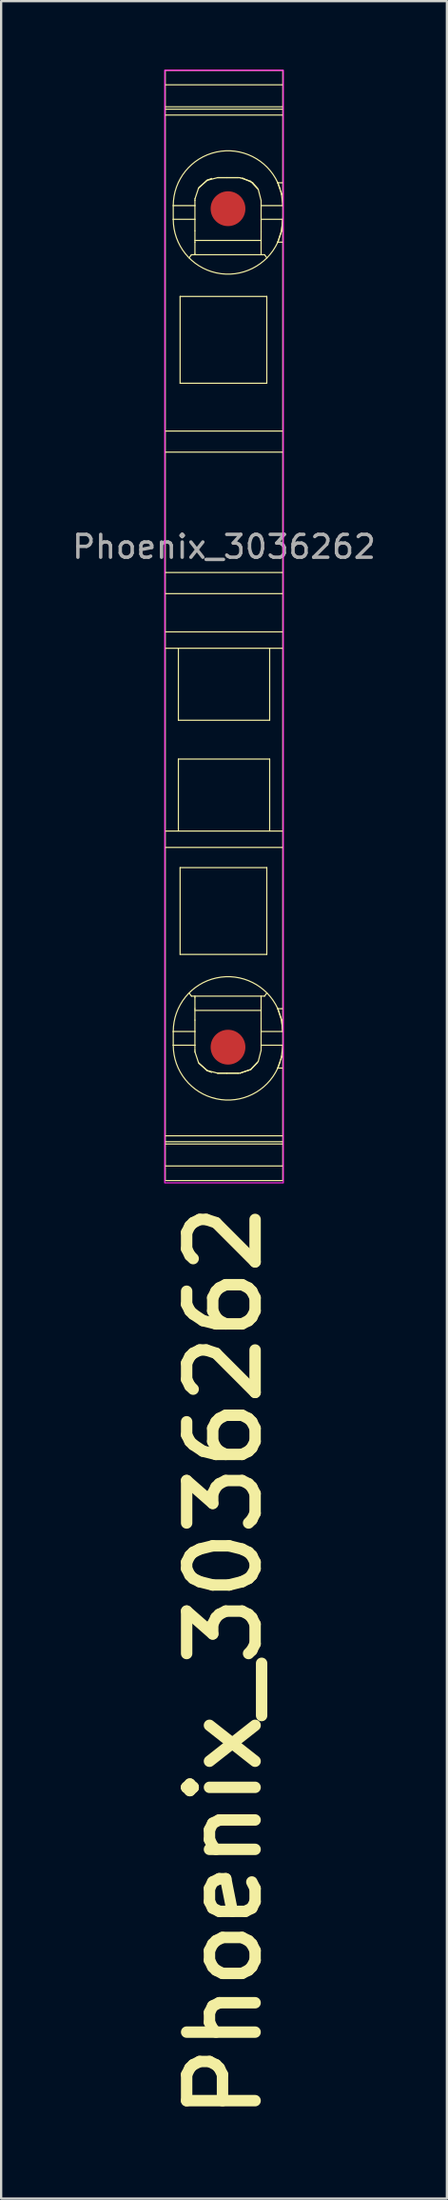
<source format=kicad_pcb>
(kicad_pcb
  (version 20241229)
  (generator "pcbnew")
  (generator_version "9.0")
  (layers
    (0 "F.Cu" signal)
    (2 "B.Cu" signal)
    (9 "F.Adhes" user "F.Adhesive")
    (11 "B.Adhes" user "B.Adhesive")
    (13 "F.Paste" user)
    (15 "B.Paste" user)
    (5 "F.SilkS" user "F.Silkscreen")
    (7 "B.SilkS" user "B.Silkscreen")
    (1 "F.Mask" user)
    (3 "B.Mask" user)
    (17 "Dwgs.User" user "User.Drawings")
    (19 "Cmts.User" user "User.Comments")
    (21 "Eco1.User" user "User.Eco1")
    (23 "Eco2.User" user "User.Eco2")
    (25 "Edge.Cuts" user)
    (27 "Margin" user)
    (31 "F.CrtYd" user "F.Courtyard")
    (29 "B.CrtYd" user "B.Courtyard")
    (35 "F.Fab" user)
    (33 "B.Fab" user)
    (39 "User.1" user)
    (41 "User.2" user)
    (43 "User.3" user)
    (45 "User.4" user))
  (footprint "Phoenix_3036262"
    (layer "F.Cu")
    (at 6.768 24.425)
    (property "Reference" "Phoenix_3036262" (at 0 25 90) (unlocked yes) (layer "F.SilkS") (effects (font (size 3 3) (thickness 0.5) (bold yes)) (justify right)))
    (attr smd)
    (fp_line (start -2.575 -24.4) (end -2.575 -23.761) (stroke (width 0.05) (type solid)) (layer "F.SilkS"))
    (fp_line (start -2.575 -23.761) (end -2.575 -22.798) (stroke (width 0.05) (type solid)) (layer "F.SilkS"))
    (fp_line (start -2.575 -22.798) (end -2.575 -22.697) (stroke (width 0.05) (type solid)) (layer "F.SilkS"))
    (fp_line (start -2.575 -22.798) (end 2.575 -22.798) (stroke (width 0.05) (type solid)) (layer "F.SilkS"))
    (fp_line (start -2.575 -22.697) (end -2.575 -22.439) (stroke (width 0.05) (type solid)) (layer "F.SilkS"))
    (fp_line (start -2.575 -22.697) (end 2.575 -22.697) (stroke (width 0.05) (type solid)) (layer "F.SilkS"))
    (fp_line (start -2.575 -22.439) (end 2.575 -22.439) (stroke (width 0.05) (type solid)) (layer "F.SilkS"))
    (fp_line (start -2.575 -8.609) (end -2.575 -22.439) (stroke (width 0.05) (type solid)) (layer "F.SilkS"))
    (fp_line (start -2.575 -7.684) (end -2.575 -8.609) (stroke (width 0.05) (type solid)) (layer "F.SilkS"))
    (fp_line (start -2.575 -7.684) (end -2.575 -2.415) (stroke (width 0.05) (type solid)) (layer "F.SilkS"))
    (fp_line (start -2.575 -2.415) (end 2.575 -2.415) (stroke (width 0.05) (type solid)) (layer "F.SilkS"))
    (fp_line (start -2.575 -1.49) (end -2.575 -2.415) (stroke (width 0.05) (type solid)) (layer "F.SilkS"))
    (fp_line (start -2.575 -1.49) (end -2.575 0.182) (stroke (width 0.05) (type solid)) (layer "F.SilkS"))
    (fp_line (start -2.575 0.182) (end -2.575 0.9) (stroke (width 0.05) (type solid)) (layer "F.SilkS"))
    (fp_line (start -2.575 0.9) (end -2.575 8.9) (stroke (width 0.05) (type solid)) (layer "F.SilkS"))
    (fp_line (start -2.575 0.9) (end 2.575 0.9) (stroke (width 0.05) (type solid)) (layer "F.SilkS"))
    (fp_line (start -2.575 8.9) (end -2.575 9.618) (stroke (width 0.05) (type solid)) (layer "F.SilkS"))
    (fp_line (start -2.575 8.9) (end 2.575 8.9) (stroke (width 0.05) (type solid)) (layer "F.SilkS"))
    (fp_line (start -2.575 9.618) (end -2.575 22.24) (stroke (width 0.05) (type solid)) (layer "F.SilkS"))
    (fp_line (start -2.575 9.618) (end 2.575 9.618) (stroke (width 0.05) (type solid)) (layer "F.SilkS"))
    (fp_line (start -2.575 22.24) (end -2.575 22.498) (stroke (width 0.05) (type solid)) (layer "F.SilkS"))
    (fp_line (start -2.575 22.24) (end 2.575 22.24) (stroke (width 0.05) (type solid)) (layer "F.SilkS"))
    (fp_line (start -2.575 22.498) (end 2.575 22.498) (stroke (width 0.05) (type solid)) (layer "F.SilkS"))
    (fp_line (start -2.575 22.598) (end -2.575 22.498) (stroke (width 0.05) (type solid)) (layer "F.SilkS"))
    (fp_line (start -2.575 22.598) (end -2.575 23.561) (stroke (width 0.05) (type solid)) (layer "F.SilkS"))
    (fp_line (start -2.575 23.561) (end -2.575 24.2) (stroke (width 0.05) (type solid)) (layer "F.SilkS"))
    (fp_line (start -2.575 23.561) (end 2.575 23.561) (stroke (width 0.05) (type solid)) (layer "F.SilkS"))
    (fp_line (start -2.225 -18.475) (end -2.225 -17.875) (stroke (width 0.05) (type solid)) (layer "F.SilkS"))
    (fp_line (start -2.225 17.675) (end -2.225 18.275) (stroke (width 0.05) (type solid)) (layer "F.SilkS"))
    (fp_line (start -2 0.9) (end -2 4.05) (stroke (width 0.05) (type solid)) (layer "F.SilkS"))
    (fp_line (start -2 4.05) (end 2 4.05) (stroke (width 0.05) (type solid)) (layer "F.SilkS"))
    (fp_line (start -2 5.75) (end -2 8.9) (stroke (width 0.05) (type solid)) (layer "F.SilkS"))
    (fp_line (start -2 5.75) (end 2 5.75) (stroke (width 0.05) (type solid)) (layer "F.SilkS"))
    (fp_line (start -1.925 -14.5) (end -1.925 -10.7) (stroke (width 0.05) (type solid)) (layer "F.SilkS"))
    (fp_line (start -1.925 -14.5) (end 1.875 -14.5) (stroke (width 0.05) (type solid)) (layer "F.SilkS"))
    (fp_line (start -1.925 10.5) (end -1.925 14.3) (stroke (width 0.05) (type solid)) (layer "F.SilkS"))
    (fp_line (start -1.925 10.5) (end 1.875 10.5) (stroke (width 0.05) (type solid)) (layer "F.SilkS"))
    (fp_line (start -1.532 -16.187) (end -1.428 -16.325) (stroke (width 0.05) (type solid)) (layer "F.SilkS"))
    (fp_line (start -1.532 15.987) (end -1.428 16.125) (stroke (width 0.05) (type solid)) (layer "F.SilkS"))
    (fp_line (start -1.275 -18.475) (end -2.225 -18.475) (stroke (width 0.05) (type solid)) (layer "F.SilkS"))
    (fp_line (start -1.275 -18.475) (end -1.275 -18.7) (stroke (width 0.05) (type solid)) (layer "F.SilkS"))
    (fp_line (start -1.275 -17.875) (end -2.225 -17.875) (stroke (width 0.05) (type solid)) (layer "F.SilkS"))
    (fp_line (start -1.275 -17.875) (end -1.275 -18.475) (stroke (width 0.05) (type solid)) (layer "F.SilkS"))
    (fp_line (start -1.275 -17.875) (end -1.275 -17.375) (stroke (width 0.05) (type solid)) (layer "F.SilkS"))
    (fp_line (start -1.275 -17.375) (end -1.275 -16.875) (stroke (width 0.05) (type solid)) (layer "F.SilkS"))
    (fp_line (start -1.275 -16.875) (end -1.275 -16.375) (stroke (width 0.05) (type solid)) (layer "F.SilkS"))
    (fp_line (start -1.275 -16.375) (end -1.275 -16.325) (stroke (width 0.05) (type solid)) (layer "F.SilkS"))
    (fp_line (start -1.275 16.175) (end -1.275 16.125) (stroke (width 0.05) (type solid)) (layer "F.SilkS"))
    (fp_line (start -1.275 16.675) (end -1.275 16.175) (stroke (width 0.05) (type solid)) (layer "F.SilkS"))
    (fp_line (start -1.275 17.175) (end -1.275 16.675) (stroke (width 0.05) (type solid)) (layer "F.SilkS"))
    (fp_line (start -1.275 17.675) (end -2.225 17.675) (stroke (width 0.05) (type solid)) (layer "F.SilkS"))
    (fp_line (start -1.275 17.675) (end -1.275 17.175) (stroke (width 0.05) (type solid)) (layer "F.SilkS"))
    (fp_line (start -1.275 17.675) (end -1.275 18.275) (stroke (width 0.05) (type solid)) (layer "F.SilkS"))
    (fp_line (start -1.275 18.275) (end -2.225 18.275) (stroke (width 0.05) (type solid)) (layer "F.SilkS"))
    (fp_line (start -1.275 18.275) (end -1.275 18.5) (stroke (width 0.05) (type solid)) (layer "F.SilkS"))
    (fp_line (start -1.273 -18.77) (end -1.275 -18.7) (stroke (width 0.05) (type solid)) (layer "F.SilkS"))
    (fp_line (start -1.273 18.571) (end -1.275 18.5) (stroke (width 0.05) (type solid)) (layer "F.SilkS"))
    (fp_line (start -1.117 -19.24) (end -1.273 -18.77) (stroke (width 0.05) (type solid)) (layer "F.SilkS"))
    (fp_line (start -1.117 19.04) (end -1.273 18.571) (stroke (width 0.05) (type solid)) (layer "F.SilkS"))
    (fp_line (start -1.095 -19.273) (end -0.719 -19.596) (stroke (width 0.05) (type solid)) (layer "F.SilkS"))
    (fp_line (start -1.095 19.074) (end -0.719 19.396) (stroke (width 0.05) (type solid)) (layer "F.SilkS"))
    (fp_line (start -0.755 -19.577) (end -1.117 -19.24) (stroke (width 0.05) (type solid)) (layer "F.SilkS"))
    (fp_line (start -0.755 19.378) (end -1.117 19.04) (stroke (width 0.05) (type solid)) (layer "F.SilkS"))
    (fp_line (start -0.719 -19.596) (end -0.544 -19.663) (stroke (width 0.05) (type solid)) (layer "F.SilkS"))
    (fp_line (start -0.719 19.396) (end -0.544 19.463) (stroke (width 0.05) (type solid)) (layer "F.SilkS"))
    (fp_line (start -0.275 -19.7) (end -0.755 -19.577) (stroke (width 0.05) (type solid)) (layer "F.SilkS"))
    (fp_line (start -0.275 -19.7) (end 0.625 -19.7) (stroke (width 0.05) (type solid)) (layer "F.SilkS"))
    (fp_line (start -0.275 19.5) (end -0.755 19.378) (stroke (width 0.05) (type solid)) (layer "F.SilkS"))
    (fp_line (start -0.275 19.5) (end 0.625 19.5) (stroke (width 0.05) (type solid)) (layer "F.SilkS"))
    (fp_line (start 0.125 -19.7) (end -0.275 -19.7) (stroke (width 0.05) (type solid)) (layer "F.SilkS"))
    (fp_line (start 0.125 19.5) (end -0.275 19.5) (stroke (width 0.05) (type solid)) (layer "F.SilkS"))
    (fp_line (start 0.625 -19.7) (end 0.125 -19.7) (stroke (width 0.05) (type solid)) (layer "F.SilkS"))
    (fp_line (start 0.625 19.5) (end 0.125 19.5) (stroke (width 0.05) (type solid)) (layer "F.SilkS"))
    (fp_line (start 0.695 -19.697) (end 0.625 -19.7) (stroke (width 0.05) (type solid)) (layer "F.SilkS"))
    (fp_line (start 0.695 19.497) (end 0.625 19.5) (stroke (width 0.05) (type solid)) (layer "F.SilkS"))
    (fp_line (start 0.704 -19.696) (end 0.713 -19.696) (stroke (width 0.05) (type solid)) (layer "F.SilkS"))
    (fp_line (start 0.704 19.497) (end 1.172 19.337) (stroke (width 0.05) (type solid)) (layer "F.SilkS"))
    (fp_line (start 0.803 -19.684) (end 1.253 -19.478) (stroke (width 0.05) (type solid)) (layer "F.SilkS"))
    (fp_line (start 1.165 -19.541) (end 0.695 -19.697) (stroke (width 0.05) (type solid)) (layer "F.SilkS"))
    (fp_line (start 1.165 19.341) (end 0.695 19.497) (stroke (width 0.05) (type solid)) (layer "F.SilkS"))
    (fp_line (start 1.172 19.337) (end 1.472 19.031) (stroke (width 0.05) (type solid)) (layer "F.SilkS"))
    (fp_line (start 1.253 -19.478) (end 1.472 -19.23) (stroke (width 0.05) (type solid)) (layer "F.SilkS"))
    (fp_line (start 1.502 -19.179) (end 1.165 -19.541) (stroke (width 0.05) (type solid)) (layer "F.SilkS"))
    (fp_line (start 1.502 18.979) (end 1.165 19.341) (stroke (width 0.05) (type solid)) (layer "F.SilkS"))
    (fp_line (start 1.625 -18.7) (end 1.502 -19.179) (stroke (width 0.05) (type solid)) (layer "F.SilkS"))
    (fp_line (start 1.625 -18.475) (end 1.625 -18.7) (stroke (width 0.05) (type solid)) (layer "F.SilkS"))
    (fp_line (start 1.625 -18.475) (end 2.575 -18.475) (stroke (width 0.05) (type solid)) (layer "F.SilkS"))
    (fp_line (start 1.625 -17.875) (end 1.625 -18.475) (stroke (width 0.05) (type solid)) (layer "F.SilkS"))
    (fp_line (start 1.625 -17.875) (end 2.575 -17.875) (stroke (width 0.05) (type solid)) (layer "F.SilkS"))
    (fp_line (start 1.625 -17.825) (end 1.625 -17.875) (stroke (width 0.05) (type solid)) (layer "F.SilkS"))
    (fp_line (start 1.625 -17.325) (end 1.625 -17.825) (stroke (width 0.05) (type solid)) (layer "F.SilkS"))
    (fp_line (start 1.625 -16.95) (end -1.275 -16.95) (stroke (width 0.05) (type solid)) (layer "F.SilkS"))
    (fp_line (start 1.625 -16.825) (end 1.625 -17.325) (stroke (width 0.05) (type solid)) (layer "F.SilkS"))
    (fp_line (start 1.625 -16.325) (end 1.625 -16.825) (stroke (width 0.05) (type solid)) (layer "F.SilkS"))
    (fp_line (start 1.625 16.125) (end 1.625 16.625) (stroke (width 0.05) (type solid)) (layer "F.SilkS"))
    (fp_line (start 1.625 16.625) (end 1.625 17.125) (stroke (width 0.05) (type solid)) (layer "F.SilkS"))
    (fp_line (start 1.625 16.75) (end -1.275 16.75) (stroke (width 0.05) (type solid)) (layer "F.SilkS"))
    (fp_line (start 1.625 17.125) (end 1.625 17.625) (stroke (width 0.05) (type solid)) (layer "F.SilkS"))
    (fp_line (start 1.625 17.625) (end 1.625 17.675) (stroke (width 0.05) (type solid)) (layer "F.SilkS"))
    (fp_line (start 1.625 17.675) (end 1.625 18.275) (stroke (width 0.05) (type solid)) (layer "F.SilkS"))
    (fp_line (start 1.625 17.675) (end 2.575 17.675) (stroke (width 0.05) (type solid)) (layer "F.SilkS"))
    (fp_line (start 1.625 18.275) (end 1.625 18.5) (stroke (width 0.05) (type solid)) (layer "F.SilkS"))
    (fp_line (start 1.625 18.275) (end 2.575 18.275) (stroke (width 0.05) (type solid)) (layer "F.SilkS"))
    (fp_line (start 1.625 18.5) (end 1.502 18.979) (stroke (width 0.05) (type solid)) (layer "F.SilkS"))
    (fp_line (start 1.777 -16.325) (end -1.428 -16.325) (stroke (width 0.05) (type solid)) (layer "F.SilkS"))
    (fp_line (start 1.777 16.125) (end -1.428 16.125) (stroke (width 0.05) (type solid)) (layer "F.SilkS"))
    (fp_line (start 1.875 -14.5) (end 1.875 -10.7) (stroke (width 0.05) (type solid)) (layer "F.SilkS"))
    (fp_line (start 1.875 -10.7) (end -1.925 -10.7) (stroke (width 0.05) (type solid)) (layer "F.SilkS"))
    (fp_line (start 1.875 10.5) (end 1.875 14.3) (stroke (width 0.05) (type solid)) (layer "F.SilkS"))
    (fp_line (start 1.875 14.3) (end -1.925 14.3) (stroke (width 0.05) (type solid)) (layer "F.SilkS"))
    (fp_line (start 1.881 -16.187) (end 1.777 -16.325) (stroke (width 0.05) (type solid)) (layer "F.SilkS"))
    (fp_line (start 1.881 15.987) (end 1.777 16.125) (stroke (width 0.05) (type solid)) (layer "F.SilkS"))
    (fp_line (start 2 0.9) (end 2 4.05) (stroke (width 0.05) (type solid)) (layer "F.SilkS"))
    (fp_line (start 2 5.75) (end 2 8.9) (stroke (width 0.05) (type solid)) (layer "F.SilkS"))
    (fp_line (start 2.356 -19.475) (end 2.516 -19.002) (stroke (width 0.05) (type solid)) (layer "F.SilkS"))
    (fp_line (start 2.356 -16.875) (end 2.516 -17.347) (stroke (width 0.05) (type solid)) (layer "F.SilkS"))
    (fp_line (start 2.356 -16.875) (end 2.575 -16.875) (stroke (width 0.05) (type solid)) (layer "F.SilkS"))
    (fp_line (start 2.356 16.675) (end 2.516 17.148) (stroke (width 0.05) (type solid)) (layer "F.SilkS"))
    (fp_line (start 2.356 19.275) (end 2.516 18.802) (stroke (width 0.05) (type solid)) (layer "F.SilkS"))
    (fp_line (start 2.356 19.275) (end 2.575 19.275) (stroke (width 0.05) (type solid)) (layer "F.SilkS"))
    (fp_line (start 2.369 -16.903) (end 2.356 -16.875) (stroke (width 0.05) (type solid)) (layer "F.SilkS"))
    (fp_line (start 2.369 16.704) (end 2.356 16.675) (stroke (width 0.05) (type solid)) (layer "F.SilkS"))
    (fp_line (start 2.464 -19.195) (end 2.356 -19.475) (stroke (width 0.05) (type solid)) (layer "F.SilkS"))
    (fp_line (start 2.464 18.995) (end 2.356 19.275) (stroke (width 0.05) (type solid)) (layer "F.SilkS"))
    (fp_line (start 2.516 -19.002) (end 2.574 -18.506) (stroke (width 0.05) (type solid)) (layer "F.SilkS"))
    (fp_line (start 2.516 -17.347) (end 2.574 -17.843) (stroke (width 0.05) (type solid)) (layer "F.SilkS"))
    (fp_line (start 2.516 17.148) (end 2.574 17.643) (stroke (width 0.05) (type solid)) (layer "F.SilkS"))
    (fp_line (start 2.516 18.802) (end 2.574 18.306) (stroke (width 0.05) (type solid)) (layer "F.SilkS"))
    (fp_line (start 2.523 -17.378) (end 2.369 -16.903) (stroke (width 0.05) (type solid)) (layer "F.SilkS"))
    (fp_line (start 2.523 17.179) (end 2.369 16.704) (stroke (width 0.05) (type solid)) (layer "F.SilkS"))
    (fp_line (start 2.527 -18.948) (end 2.489 -19.11) (stroke (width 0.05) (type solid)) (layer "F.SilkS"))
    (fp_line (start 2.527 18.748) (end 2.489 18.91) (stroke (width 0.05) (type solid)) (layer "F.SilkS"))
    (fp_line (start 2.574 -18.506) (end 2.575 -18.475) (stroke (width 0.05) (type solid)) (layer "F.SilkS"))
    (fp_line (start 2.574 -17.843) (end 2.575 -17.875) (stroke (width 0.05) (type solid)) (layer "F.SilkS"))
    (fp_line (start 2.574 17.643) (end 2.575 17.675) (stroke (width 0.05) (type solid)) (layer "F.SilkS"))
    (fp_line (start 2.574 18.306) (end 2.575 18.275) (stroke (width 0.05) (type solid)) (layer "F.SilkS"))
    (fp_line (start 2.575 -24.4) (end -2.575 -24.4) (stroke (width 0.05) (type solid)) (layer "F.SilkS"))
    (fp_line (start 2.575 -24.4) (end 2.575 -23.761) (stroke (width 0.05) (type solid)) (layer "F.SilkS"))
    (fp_line (start 2.575 -23.761) (end -2.575 -23.761) (stroke (width 0.05) (type solid)) (layer "F.SilkS"))
    (fp_line (start 2.575 -23.761) (end 2.575 -22.798) (stroke (width 0.05) (type solid)) (layer "F.SilkS"))
    (fp_line (start 2.575 -22.798) (end 2.575 -22.697) (stroke (width 0.05) (type solid)) (layer "F.SilkS"))
    (fp_line (start 2.575 -22.697) (end 2.575 -22.439) (stroke (width 0.05) (type solid)) (layer "F.SilkS"))
    (fp_line (start 2.575 -19.475) (end 2.356 -19.475) (stroke (width 0.05) (type solid)) (layer "F.SilkS"))
    (fp_line (start 2.575 -19.475) (end 2.575 -22.439) (stroke (width 0.05) (type solid)) (layer "F.SilkS"))
    (fp_line (start 2.575 -19.475) (end 2.575 -18.975) (stroke (width 0.05) (type solid)) (layer "F.SilkS"))
    (fp_line (start 2.575 -18.975) (end 2.575 -18.475) (stroke (width 0.05) (type solid)) (layer "F.SilkS"))
    (fp_line (start 2.575 -17.875) (end 2.523 -17.378) (stroke (width 0.05) (type solid)) (layer "F.SilkS"))
    (fp_line (start 2.575 -17.875) (end 2.575 -18.475) (stroke (width 0.05) (type solid)) (layer "F.SilkS"))
    (fp_line (start 2.575 -17.875) (end 2.575 -17.375) (stroke (width 0.05) (type solid)) (layer "F.SilkS"))
    (fp_line (start 2.575 -17.375) (end 2.575 -16.875) (stroke (width 0.05) (type solid)) (layer "F.SilkS"))
    (fp_line (start 2.575 -8.609) (end -2.575 -8.609) (stroke (width 0.05) (type solid)) (layer "F.SilkS"))
    (fp_line (start 2.575 -8.609) (end 2.575 -16.875) (stroke (width 0.05) (type solid)) (layer "F.SilkS"))
    (fp_line (start 2.575 -7.684) (end -2.575 -7.684) (stroke (width 0.05) (type solid)) (layer "F.SilkS"))
    (fp_line (start 2.575 -7.684) (end 2.575 -8.609) (stroke (width 0.05) (type solid)) (layer "F.SilkS"))
    (fp_line (start 2.575 -7.684) (end 2.575 -2.415) (stroke (width 0.05) (type solid)) (layer "F.SilkS"))
    (fp_line (start 2.575 -1.49) (end -2.575 -1.49) (stroke (width 0.05) (type solid)) (layer "F.SilkS"))
    (fp_line (start 2.575 -1.49) (end 2.575 -2.415) (stroke (width 0.05) (type solid)) (layer "F.SilkS"))
    (fp_line (start 2.575 -1.49) (end 2.575 0.182) (stroke (width 0.05) (type solid)) (layer "F.SilkS"))
    (fp_line (start 2.575 0.182) (end -2.575 0.182) (stroke (width 0.05) (type solid)) (layer "F.SilkS"))
    (fp_line (start 2.575 0.182) (end 2.575 0.9) (stroke (width 0.05) (type solid)) (layer "F.SilkS"))
    (fp_line (start 2.575 0.9) (end 2.575 8.9) (stroke (width 0.05) (type solid)) (layer "F.SilkS"))
    (fp_line (start 2.575 8.9) (end 2.575 9.618) (stroke (width 0.05) (type solid)) (layer "F.SilkS"))
    (fp_line (start 2.575 9.618) (end 2.575 16.675) (stroke (width 0.05) (type solid)) (layer "F.SilkS"))
    (fp_line (start 2.575 16.675) (end 2.356 16.675) (stroke (width 0.05) (type solid)) (layer "F.SilkS"))
    (fp_line (start 2.575 17.175) (end 2.575 16.675) (stroke (width 0.05) (type solid)) (layer "F.SilkS"))
    (fp_line (start 2.575 17.675) (end 2.523 17.179) (stroke (width 0.05) (type solid)) (layer "F.SilkS"))
    (fp_line (start 2.575 17.675) (end 2.575 17.175) (stroke (width 0.05) (type solid)) (layer "F.SilkS"))
    (fp_line (start 2.575 17.675) (end 2.575 18.275) (stroke (width 0.05) (type solid)) (layer "F.SilkS"))
    (fp_line (start 2.575 18.775) (end 2.575 18.275) (stroke (width 0.05) (type solid)) (layer "F.SilkS"))
    (fp_line (start 2.575 19.275) (end 2.575 18.775) (stroke (width 0.05) (type solid)) (layer "F.SilkS"))
    (fp_line (start 2.575 19.275) (end 2.575 22.24) (stroke (width 0.05) (type solid)) (layer "F.SilkS"))
    (fp_line (start 2.575 22.24) (end 2.575 22.498) (stroke (width 0.05) (type solid)) (layer "F.SilkS"))
    (fp_line (start 2.575 22.598) (end -2.575 22.598) (stroke (width 0.05) (type solid)) (layer "F.SilkS"))
    (fp_line (start 2.575 22.598) (end 2.575 22.498) (stroke (width 0.05) (type solid)) (layer "F.SilkS"))
    (fp_line (start 2.575 22.598) (end 2.575 23.561) (stroke (width 0.05) (type solid)) (layer "F.SilkS"))
    (fp_line (start 2.575 23.561) (end 2.575 24.2) (stroke (width 0.05) (type solid)) (layer "F.SilkS"))
    (fp_line (start 2.575 24.2) (end -2.575 24.2) (stroke (width 0.05) (type solid)) (layer "F.SilkS"))
    (fp_arc (start -2.225 -18.4754) (mid -0.33677 -20.820201) (end 2.356743 -19.475399) (stroke (width 0.05) (type solid)) (layer "F.SilkS"))
    (fp_arc (start -2.225 17.675) (mid -0.33677 15.330199) (end 2.356743 16.675001) (stroke (width 0.05) (type solid)) (layer "F.SilkS"))
    (fp_arc (start 2.356743 -16.875401) (mid -0.33677 -15.530599) (end -2.225 -17.8754) (stroke (width 0.05) (type solid)) (layer "F.SilkS"))
    (fp_arc (start 2.356743 19.274999) (mid -0.33677 20.619801) (end -2.225 18.275) (stroke (width 0.05) (type solid)) (layer "F.SilkS"))
    (fp_rect (start -2.6 -24.4) (end 2.6 24.3) (stroke (width 0.05) (type solid)) (fill no) (layer "F.CrtYd"))
    (fp_text user "${REFERENCE}" (at 0 -3.54 0) (unlocked yes) (layer "F.Fab") (effects (font (size 1 1) (thickness 0.15))))
    (pad "1" smd circle (at 0.175 18.36) (size 1.524 1.524) (layers "F.Cu" "F.Mask" "F.Paste"))
    (pad "2" smd circle (at 0.175 -18.34) (size 1.524 1.524) (layers "F.Cu" "F.Mask" "F.Paste")))
  (gr_rect
    (start -3 -3)
    (end 16.536 93.183)
    (stroke (width 0.1) (type default))
    (fill no)
    (layer "Edge.Cuts")))
</source>
